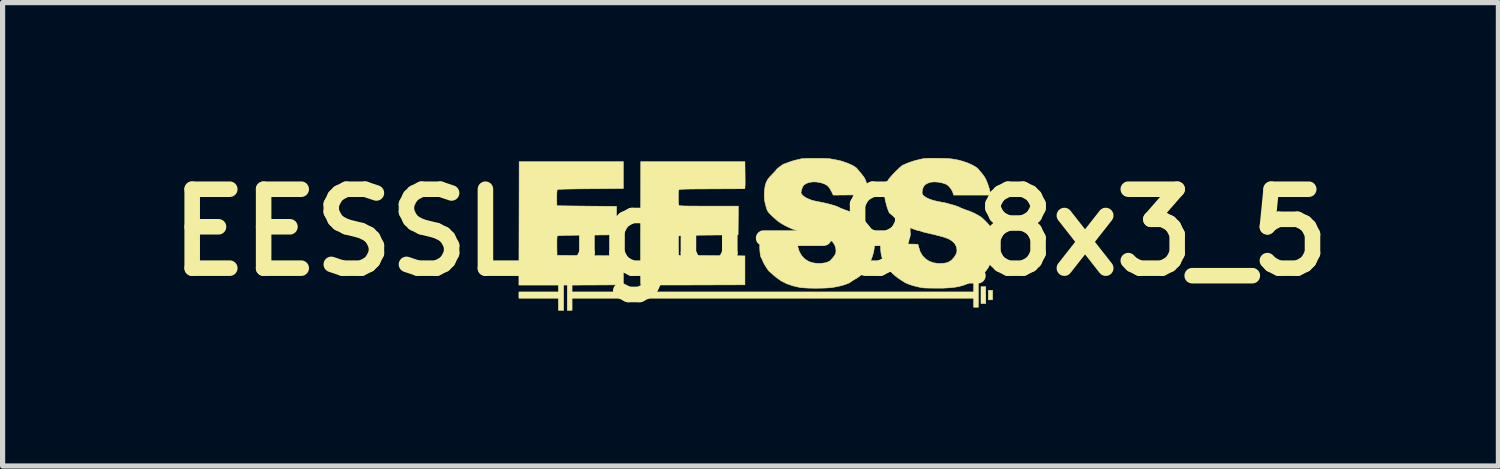
<source format=kicad_pcb>
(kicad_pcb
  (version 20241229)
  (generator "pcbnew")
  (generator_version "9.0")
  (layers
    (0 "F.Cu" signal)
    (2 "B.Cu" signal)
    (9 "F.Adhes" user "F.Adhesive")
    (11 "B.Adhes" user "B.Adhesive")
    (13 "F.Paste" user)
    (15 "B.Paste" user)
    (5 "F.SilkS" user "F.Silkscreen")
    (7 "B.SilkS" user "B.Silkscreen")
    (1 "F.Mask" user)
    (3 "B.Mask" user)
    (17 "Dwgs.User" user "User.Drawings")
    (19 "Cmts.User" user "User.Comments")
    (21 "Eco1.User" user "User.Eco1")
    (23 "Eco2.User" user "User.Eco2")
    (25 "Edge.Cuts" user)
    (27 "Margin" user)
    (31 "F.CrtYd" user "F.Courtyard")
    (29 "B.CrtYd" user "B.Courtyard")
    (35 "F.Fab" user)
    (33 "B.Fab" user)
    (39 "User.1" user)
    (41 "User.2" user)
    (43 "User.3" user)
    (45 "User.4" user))
  (footprint "EESSLogo-9_8x3_5"
    (layer "F.Cu")
    (at 11.437 1.437)
    (property "Reference" "EESSLogo-9_8x3_5" (at 0 0 0) (layer "F.SilkS") (effects (font (size 1.524 1.524) (thickness 0.3))))
    (attr through_hole)
    (fp_poly (pts (xy 4.542 1.372) (xy 4.45 1.372) (xy 4.45 1.046) (xy 4.542 1.046) (xy 4.542 1.372)) (stroke (width 0.01) (type solid)) (fill yes) (layer "F.SilkS"))
    (fp_poly (pts (xy 4.674 1.3) (xy 4.592 1.3) (xy 4.592 1.118) (xy 4.674 1.118) (xy 4.674 1.3)) (stroke (width 0.01) (type solid)) (fill yes) (layer "F.SilkS"))
    (fp_poly (pts (xy -2.454 -0.848) (xy -3.084 -0.843) (xy -3.195 -0.842) (xy -3.301 -0.841) (xy -3.399 -0.84) (xy -3.487 -0.838) (xy -3.564 -0.837) (xy -3.629 -0.835) (xy -3.678 -0.833) (xy -3.711 -0.832) (xy -3.726 -0.83) (xy -3.726 -0.83) (xy -3.732 -0.82) (xy -3.735 -0.796) (xy -3.738 -0.757) (xy -3.739 -0.701) (xy -3.739 -0.67) (xy -3.739 -0.617) (xy -3.738 -0.571) (xy -3.738 -0.538) (xy -3.737 -0.519) (xy -3.736 -0.516) (xy -3.726 -0.515) (xy -3.697 -0.515) (xy -3.652 -0.514) (xy -3.591 -0.513) (xy -3.518 -0.512) (xy -3.433 -0.511) (xy -3.339 -0.51) (xy -3.238 -0.509) (xy -3.16 -0.508) (xy -2.586 -0.503) (xy -2.586 0.046) (xy -3.152 0.051) (xy -3.292 0.052) (xy -3.413 0.054) (xy -3.514 0.056) (xy -3.595 0.058) (xy -3.656 0.06) (xy -3.699 0.062) (xy -3.723 0.065) (xy -3.728 0.067) (xy -3.733 0.082) (xy -3.736 0.117) (xy -3.737 0.171) (xy -3.737 0.245) (xy -3.737 0.26) (xy -3.734 0.442) (xy -2.454 0.452) (xy -2.454 1.011) (xy -2.949 1.014) (xy -3.444 1.016) (xy -3.444 1.148) (xy 4.308 1.148) (xy 4.308 0.975) (xy 4.399 0.975) (xy 4.399 1.443) (xy 4.308 1.443) (xy 4.308 1.27) (xy -3.444 1.27) (xy -3.444 1.504) (xy -3.536 1.504) (xy -3.536 1.016) (xy -3.607 1.016) (xy -3.607 1.504) (xy -3.708 1.504) (xy -3.708 1.27) (xy -4.47 1.27) (xy -4.47 1.148) (xy -3.708 1.148) (xy -3.708 1.016) (xy -4.47 1.016) (xy -4.465 -1.367) (xy -2.454 -1.367) (xy -2.454 -0.848)) (stroke (width 0.01) (type solid)) (fill yes) (layer "F.SilkS"))
    (fp_poly (pts (xy -0.104 -1.105) (xy -0.103 -1.022) (xy -0.103 -0.957) (xy -0.104 -0.909) (xy -0.106 -0.876) (xy -0.108 -0.855) (xy -0.111 -0.845) (xy -0.114 -0.843) (xy -0.126 -0.843) (xy -0.157 -0.843) (xy -0.205 -0.843) (xy -0.267 -0.843) (xy -0.343 -0.842) (xy -0.43 -0.842) (xy -0.526 -0.842) (xy -0.631 -0.841) (xy -0.741 -0.841) (xy -0.75 -0.841) (xy -0.879 -0.84) (xy -0.99 -0.84) (xy -1.084 -0.839) (xy -1.161 -0.838) (xy -1.224 -0.837) (xy -1.274 -0.836) (xy -1.312 -0.834) (xy -1.341 -0.832) (xy -1.361 -0.83) (xy -1.373 -0.828) (xy -1.38 -0.825) (xy -1.382 -0.823) (xy -1.386 -0.806) (xy -1.39 -0.774) (xy -1.391 -0.731) (xy -1.392 -0.683) (xy -1.391 -0.634) (xy -1.39 -0.589) (xy -1.387 -0.551) (xy -1.383 -0.527) (xy -1.38 -0.52) (xy -1.372 -0.517) (xy -1.353 -0.515) (xy -1.323 -0.513) (xy -1.279 -0.511) (xy -1.221 -0.51) (xy -1.148 -0.509) (xy -1.058 -0.509) (xy -0.951 -0.508) (xy -0.824 -0.508) (xy -0.8 -0.508) (xy -0.233 -0.508) (xy -0.239 0.046) (xy -0.805 0.051) (xy -0.945 0.052) (xy -1.066 0.054) (xy -1.167 0.056) (xy -1.248 0.058) (xy -1.31 0.06) (xy -1.352 0.062) (xy -1.376 0.065) (xy -1.381 0.067) (xy -1.386 0.082) (xy -1.389 0.117) (xy -1.39 0.171) (xy -1.39 0.245) (xy -1.39 0.26) (xy -1.387 0.442) (xy -0.107 0.452) (xy -0.107 1.011) (xy -1.11 1.014) (xy -2.113 1.016) (xy -2.118 0.993) (xy -2.119 0.98) (xy -2.12 0.948) (xy -2.12 0.898) (xy -2.121 0.832) (xy -2.121 0.751) (xy -2.121 0.656) (xy -2.122 0.548) (xy -2.122 0.43) (xy -2.122 0.301) (xy -2.122 0.164) (xy -2.122 0.019) (xy -2.121 -0.131) (xy -2.121 -0.198) (xy -2.118 -1.367) (xy -0.107 -1.367) (xy -0.104 -1.105)) (stroke (width 0.01) (type solid)) (fill yes) (layer "F.SilkS"))
    (fp_poly (pts (xy 3.583 -1.432) (xy 3.664 -1.431) (xy 3.73 -1.43) (xy 3.784 -1.428) (xy 3.831 -1.425) (xy 3.876 -1.42) (xy 3.923 -1.413) (xy 3.976 -1.404) (xy 3.983 -1.403) (xy 4.053 -1.387) (xy 4.126 -1.365) (xy 4.198 -1.339) (xy 4.265 -1.31) (xy 4.323 -1.279) (xy 4.369 -1.249) (xy 4.4 -1.221) (xy 4.405 -1.214) (xy 4.42 -1.195) (xy 4.443 -1.168) (xy 4.464 -1.144) (xy 4.492 -1.108) (xy 4.522 -1.065) (xy 4.54 -1.033) (xy 4.559 -0.991) (xy 4.578 -0.942) (xy 4.596 -0.889) (xy 4.612 -0.839) (xy 4.623 -0.795) (xy 4.629 -0.761) (xy 4.628 -0.745) (xy 4.622 -0.721) (xy 3.922 -0.721) (xy 3.915 -0.748) (xy 3.896 -0.799) (xy 3.864 -0.85) (xy 3.826 -0.895) (xy 3.796 -0.92) (xy 3.749 -0.942) (xy 3.69 -0.959) (xy 3.624 -0.971) (xy 3.558 -0.976) (xy 3.498 -0.973) (xy 3.459 -0.965) (xy 3.403 -0.942) (xy 3.364 -0.915) (xy 3.339 -0.88) (xy 3.328 -0.852) (xy 3.315 -0.8) (xy 3.313 -0.762) (xy 3.321 -0.733) (xy 3.341 -0.709) (xy 3.344 -0.707) (xy 3.392 -0.673) (xy 3.451 -0.645) (xy 3.524 -0.62) (xy 3.614 -0.598) (xy 3.668 -0.588) (xy 3.714 -0.579) (xy 3.753 -0.572) (xy 3.78 -0.566) (xy 3.791 -0.563) (xy 3.802 -0.559) (xy 3.829 -0.552) (xy 3.867 -0.541) (xy 3.897 -0.534) (xy 3.945 -0.52) (xy 3.99 -0.504) (xy 4.026 -0.49) (xy 4.038 -0.484) (xy 4.066 -0.47) (xy 4.106 -0.454) (xy 4.153 -0.436) (xy 4.181 -0.427) (xy 4.245 -0.404) (xy 4.313 -0.374) (xy 4.379 -0.34) (xy 4.436 -0.306) (xy 4.463 -0.287) (xy 4.497 -0.257) (xy 4.539 -0.216) (xy 4.582 -0.171) (xy 4.621 -0.125) (xy 4.643 -0.097) (xy 4.674 -0.05) (xy 4.697 -0.005) (xy 4.712 0.044) (xy 4.72 0.1) (xy 4.723 0.169) (xy 4.722 0.229) (xy 4.718 0.297) (xy 4.712 0.355) (xy 4.702 0.408) (xy 4.687 0.461) (xy 4.664 0.521) (xy 4.634 0.59) (xy 4.619 0.622) (xy 4.583 0.69) (xy 4.539 0.75) (xy 4.486 0.805) (xy 4.419 0.858) (xy 4.348 0.905) (xy 4.268 0.952) (xy 4.189 0.99) (xy 4.11 1.02) (xy 4.027 1.043) (xy 3.937 1.059) (xy 3.836 1.069) (xy 3.722 1.075) (xy 3.598 1.075) (xy 3.53 1.075) (xy 3.467 1.074) (xy 3.413 1.073) (xy 3.37 1.072) (xy 3.344 1.071) (xy 3.338 1.07) (xy 3.272 1.059) (xy 3.202 1.043) (xy 3.131 1.024) (xy 3.065 1.002) (xy 3.009 0.98) (xy 2.968 0.959) (xy 2.964 0.956) (xy 2.931 0.934) (xy 2.891 0.908) (xy 2.865 0.891) (xy 2.803 0.845) (xy 2.741 0.79) (xy 2.684 0.729) (xy 2.634 0.667) (xy 2.595 0.607) (xy 2.57 0.553) (xy 2.57 0.55) (xy 2.559 0.523) (xy 2.549 0.502) (xy 2.547 0.5) (xy 2.537 0.479) (xy 2.528 0.443) (xy 2.52 0.399) (xy 2.515 0.351) (xy 2.511 0.305) (xy 2.511 0.267) (xy 2.515 0.241) (xy 2.518 0.236) (xy 2.525 0.232) (xy 2.541 0.229) (xy 2.569 0.227) (xy 2.609 0.225) (xy 2.664 0.224) (xy 2.735 0.223) (xy 2.825 0.223) (xy 2.875 0.223) (xy 2.957 0.223) (xy 3.033 0.224) (xy 3.1 0.225) (xy 3.156 0.226) (xy 3.198 0.227) (xy 3.224 0.229) (xy 3.231 0.231) (xy 3.238 0.245) (xy 3.245 0.271) (xy 3.25 0.29) (xy 3.277 0.375) (xy 3.32 0.448) (xy 3.377 0.508) (xy 3.447 0.554) (xy 3.529 0.585) (xy 3.621 0.599) (xy 3.652 0.599) (xy 3.729 0.596) (xy 3.791 0.585) (xy 3.842 0.563) (xy 3.886 0.531) (xy 3.927 0.485) (xy 3.933 0.477) (xy 3.965 0.427) (xy 3.983 0.384) (xy 3.986 0.341) (xy 3.978 0.291) (xy 3.972 0.271) (xy 3.946 0.218) (xy 3.9 0.171) (xy 3.836 0.13) (xy 3.755 0.097) (xy 3.707 0.083) (xy 3.648 0.067) (xy 3.601 0.055) (xy 3.561 0.045) (xy 3.522 0.035) (xy 3.475 0.025) (xy 3.434 0.015) (xy 3.386 0.004) (xy 3.345 -0.006) (xy 3.314 -0.015) (xy 3.3 -0.02) (xy 3.279 -0.028) (xy 3.249 -0.035) (xy 3.239 -0.037) (xy 3.2 -0.047) (xy 3.149 -0.064) (xy 3.092 -0.087) (xy 3.036 -0.114) (xy 2.984 -0.14) (xy 2.971 -0.148) (xy 2.941 -0.166) (xy 2.918 -0.178) (xy 2.908 -0.183) (xy 2.898 -0.189) (xy 2.876 -0.207) (xy 2.846 -0.232) (xy 2.811 -0.263) (xy 2.775 -0.296) (xy 2.75 -0.319) (xy 2.724 -0.343) (xy 2.703 -0.36) (xy 2.693 -0.366) (xy 2.683 -0.375) (xy 2.67 -0.4) (xy 2.655 -0.438) (xy 2.639 -0.484) (xy 2.624 -0.535) (xy 2.611 -0.587) (xy 2.6 -0.636) (xy 2.593 -0.678) (xy 2.591 -0.706) (xy 2.594 -0.756) (xy 2.601 -0.814) (xy 2.612 -0.875) (xy 2.625 -0.93) (xy 2.639 -0.975) (xy 2.645 -0.988) (xy 2.663 -1.019) (xy 2.693 -1.058) (xy 2.735 -1.106) (xy 2.79 -1.163) (xy 2.832 -1.205) (xy 2.871 -1.242) (xy 2.904 -1.271) (xy 2.927 -1.291) (xy 2.937 -1.297) (xy 3.051 -1.346) (xy 3.173 -1.386) (xy 3.233 -1.401) (xy 3.276 -1.412) (xy 3.312 -1.419) (xy 3.345 -1.425) (xy 3.379 -1.429) (xy 3.418 -1.431) (xy 3.466 -1.432) (xy 3.527 -1.432) (xy 3.583 -1.432)) (stroke (width 0.01) (type solid)) (fill yes) (layer "F.SilkS"))
    (fp_poly (pts (xy 1.361 -1.431) (xy 1.423 -1.429) (xy 1.475 -1.427) (xy 1.514 -1.425) (xy 1.529 -1.423) (xy 1.599 -1.411) (xy 1.653 -1.401) (xy 1.697 -1.392) (xy 1.734 -1.383) (xy 1.77 -1.373) (xy 1.791 -1.366) (xy 1.87 -1.338) (xy 1.94 -1.308) (xy 1.998 -1.278) (xy 2.041 -1.248) (xy 2.066 -1.222) (xy 2.076 -1.208) (xy 2.096 -1.185) (xy 2.121 -1.155) (xy 2.125 -1.151) (xy 2.154 -1.115) (xy 2.181 -1.079) (xy 2.201 -1.051) (xy 2.215 -1.021) (xy 2.232 -0.979) (xy 2.249 -0.931) (xy 2.266 -0.88) (xy 2.28 -0.831) (xy 2.29 -0.79) (xy 2.294 -0.761) (xy 2.294 -0.754) (xy 2.291 -0.726) (xy 1.944 -0.724) (xy 1.598 -0.721) (xy 1.569 -0.78) (xy 1.538 -0.839) (xy 1.506 -0.883) (xy 1.47 -0.914) (xy 1.425 -0.938) (xy 1.367 -0.957) (xy 1.359 -0.959) (xy 1.282 -0.974) (xy 1.207 -0.976) (xy 1.139 -0.967) (xy 1.08 -0.947) (xy 1.034 -0.917) (xy 1.027 -0.911) (xy 1.011 -0.885) (xy 0.995 -0.848) (xy 0.982 -0.808) (xy 0.976 -0.772) (xy 0.975 -0.766) (xy 0.984 -0.744) (xy 1.006 -0.717) (xy 1.039 -0.69) (xy 1.076 -0.667) (xy 1.097 -0.657) (xy 1.132 -0.642) (xy 1.165 -0.629) (xy 1.173 -0.625) (xy 1.197 -0.618) (xy 1.234 -0.609) (xy 1.279 -0.599) (xy 1.3 -0.595) (xy 1.388 -0.578) (xy 1.473 -0.559) (xy 1.55 -0.539) (xy 1.618 -0.519) (xy 1.673 -0.5) (xy 1.71 -0.483) (xy 1.712 -0.482) (xy 1.74 -0.468) (xy 1.78 -0.452) (xy 1.827 -0.434) (xy 1.849 -0.427) (xy 1.968 -0.38) (xy 2.072 -0.324) (xy 2.164 -0.254) (xy 2.25 -0.169) (xy 2.273 -0.143) (xy 2.325 -0.075) (xy 2.362 -0.01) (xy 2.384 0.056) (xy 2.395 0.13) (xy 2.395 0.217) (xy 2.395 0.224) (xy 2.39 0.294) (xy 2.382 0.352) (xy 2.369 0.408) (xy 2.35 0.47) (xy 2.349 0.472) (xy 2.335 0.509) (xy 2.317 0.554) (xy 2.296 0.601) (xy 2.275 0.646) (xy 2.255 0.685) (xy 2.24 0.713) (xy 2.232 0.724) (xy 2.216 0.742) (xy 2.204 0.758) (xy 2.183 0.782) (xy 2.148 0.812) (xy 2.106 0.845) (xy 2.061 0.877) (xy 2.017 0.903) (xy 2.017 0.903) (xy 1.982 0.923) (xy 1.953 0.943) (xy 1.935 0.955) (xy 1.907 0.974) (xy 1.861 0.993) (xy 1.803 1.013) (xy 1.734 1.032) (xy 1.659 1.048) (xy 1.589 1.061) (xy 1.535 1.067) (xy 1.467 1.072) (xy 1.388 1.075) (xy 1.303 1.076) (xy 1.217 1.076) (xy 1.134 1.075) (xy 1.059 1.071) (xy 0.995 1.067) (xy 0.95 1.061) (xy 0.817 1.03) (xy 0.698 0.989) (xy 0.592 0.935) (xy 0.496 0.867) (xy 0.45 0.828) (xy 0.419 0.799) (xy 0.392 0.776) (xy 0.374 0.761) (xy 0.37 0.759) (xy 0.356 0.745) (xy 0.335 0.718) (xy 0.31 0.682) (xy 0.285 0.641) (xy 0.262 0.601) (xy 0.244 0.567) (xy 0.238 0.551) (xy 0.225 0.52) (xy 0.213 0.495) (xy 0.208 0.488) (xy 0.199 0.467) (xy 0.191 0.433) (xy 0.185 0.39) (xy 0.181 0.344) (xy 0.179 0.299) (xy 0.179 0.261) (xy 0.183 0.234) (xy 0.187 0.226) (xy 0.19 0.224) (xy 0.197 0.223) (xy 0.21 0.222) (xy 0.231 0.221) (xy 0.261 0.221) (xy 0.303 0.221) (xy 0.358 0.221) (xy 0.429 0.221) (xy 0.518 0.221) (xy 0.571 0.222) (xy 0.903 0.224) (xy 0.915 0.28) (xy 0.942 0.368) (xy 0.985 0.444) (xy 1.041 0.506) (xy 1.111 0.553) (xy 1.146 0.569) (xy 1.213 0.588) (xy 1.289 0.598) (xy 1.367 0.597) (xy 1.439 0.587) (xy 1.467 0.58) (xy 1.496 0.569) (xy 1.518 0.559) (xy 1.538 0.546) (xy 1.558 0.526) (xy 1.584 0.496) (xy 1.617 0.455) (xy 1.642 0.414) (xy 1.652 0.366) (xy 1.647 0.309) (xy 1.641 0.283) (xy 1.62 0.228) (xy 1.585 0.182) (xy 1.535 0.144) (xy 1.469 0.113) (xy 1.399 0.092) (xy 1.359 0.081) (xy 1.324 0.071) (xy 1.301 0.063) (xy 1.3 0.063) (xy 1.28 0.057) (xy 1.245 0.048) (xy 1.201 0.038) (xy 1.168 0.031) (xy 1.12 0.02) (xy 1.072 0.009) (xy 1.021 -0.004) (xy 0.963 -0.021) (xy 0.892 -0.041) (xy 0.838 -0.057) (xy 0.787 -0.076) (xy 0.727 -0.103) (xy 0.663 -0.135) (xy 0.603 -0.169) (xy 0.554 -0.201) (xy 0.546 -0.206) (xy 0.513 -0.233) (xy 0.471 -0.269) (xy 0.429 -0.307) (xy 0.409 -0.326) (xy 0.374 -0.36) (xy 0.35 -0.387) (xy 0.333 -0.411) (xy 0.32 -0.438) (xy 0.308 -0.474) (xy 0.301 -0.498) (xy 0.278 -0.587) (xy 0.267 -0.674) (xy 0.267 -0.766) (xy 0.273 -0.831) (xy 0.284 -0.903) (xy 0.302 -0.963) (xy 0.328 -1.015) (xy 0.367 -1.066) (xy 0.417 -1.119) (xy 0.449 -1.152) (xy 0.476 -1.18) (xy 0.493 -1.2) (xy 0.498 -1.208) (xy 0.505 -1.218) (xy 0.525 -1.236) (xy 0.552 -1.258) (xy 0.583 -1.281) (xy 0.611 -1.301) (xy 0.633 -1.315) (xy 0.64 -1.318) (xy 0.656 -1.324) (xy 0.686 -1.335) (xy 0.723 -1.349) (xy 0.732 -1.352) (xy 0.779 -1.369) (xy 0.831 -1.385) (xy 0.874 -1.396) (xy 0.916 -1.406) (xy 0.956 -1.415) (xy 0.98 -1.422) (xy 1.004 -1.425) (xy 1.043 -1.427) (xy 1.096 -1.429) (xy 1.158 -1.431) (xy 1.225 -1.431) (xy 1.294 -1.431) (xy 1.361 -1.431)) (stroke (width 0.01) (type solid)) (fill yes) (layer "F.SilkS")))
  (gr_rect
    (start -3 -3)
    (end 25.875 5.946)
    (stroke (width 0.1) (type default))
    (fill no)
    (layer "Edge.Cuts")))
</source>
